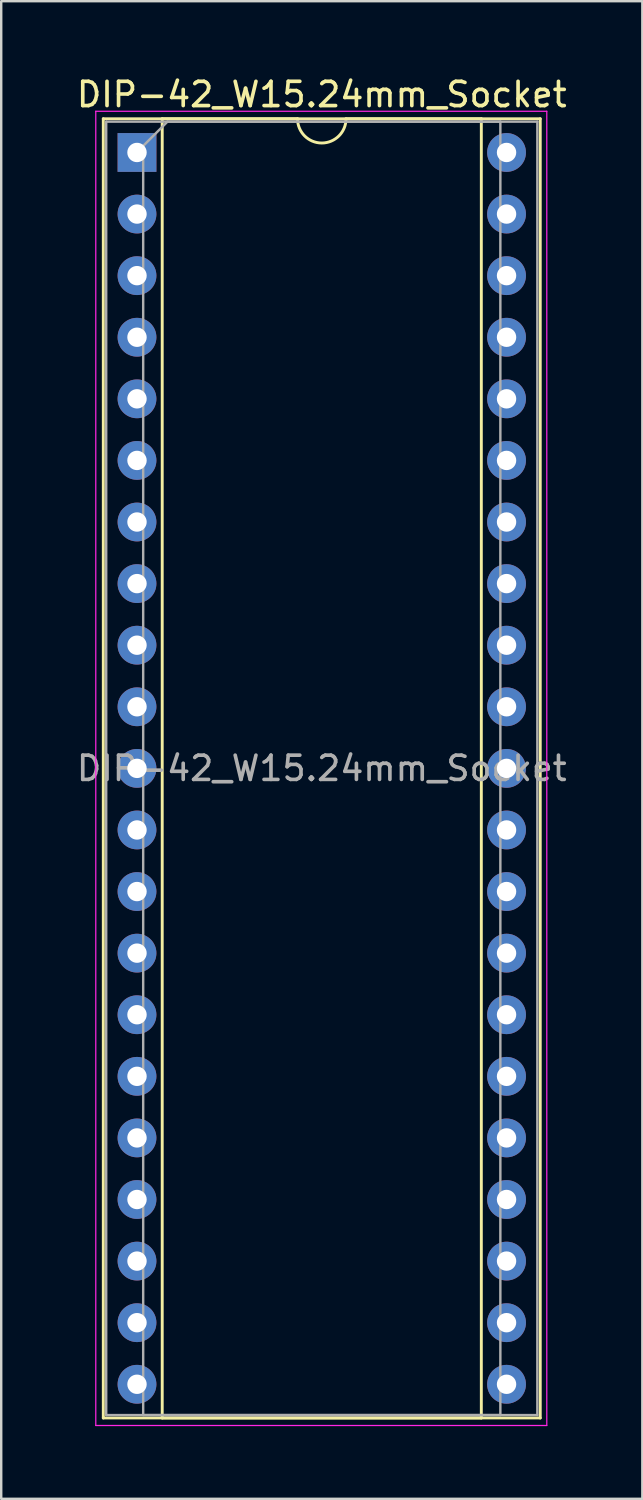
<source format=kicad_pcb>
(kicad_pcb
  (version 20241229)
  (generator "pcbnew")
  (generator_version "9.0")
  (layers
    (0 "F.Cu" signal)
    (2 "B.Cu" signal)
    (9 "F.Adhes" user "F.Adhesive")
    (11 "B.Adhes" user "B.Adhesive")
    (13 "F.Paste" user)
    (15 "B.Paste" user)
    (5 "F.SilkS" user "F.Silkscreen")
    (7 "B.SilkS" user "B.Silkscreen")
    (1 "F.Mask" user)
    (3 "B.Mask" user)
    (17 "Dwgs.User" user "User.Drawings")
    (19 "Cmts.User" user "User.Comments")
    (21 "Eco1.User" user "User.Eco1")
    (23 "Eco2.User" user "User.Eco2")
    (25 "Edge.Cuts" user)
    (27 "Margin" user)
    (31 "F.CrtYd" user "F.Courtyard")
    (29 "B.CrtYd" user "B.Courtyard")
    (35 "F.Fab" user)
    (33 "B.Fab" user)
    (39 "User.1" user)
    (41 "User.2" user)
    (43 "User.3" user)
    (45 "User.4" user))
  (footprint "DIP-42_W15.24mm_Socket"
    (layer "F.Cu")
    (at 2.6 3.238)
    (property "Reference" "DIP-42_W15.24mm_Socket" (at 7.62 -2.39 0) (layer "F.SilkS") (effects (font (size 1 1) (thickness 0.15))))
    (attr through_hole)
    (fp_line (start -1.39 -1.39) (end -1.39 52.19) (stroke (width 0.12) (type solid)) (layer "F.SilkS"))
    (fp_line (start -1.39 52.19) (end 16.63 52.19) (stroke (width 0.12) (type solid)) (layer "F.SilkS"))
    (fp_line (start 1.04 -1.39) (end 1.04 52.19) (stroke (width 0.12) (type solid)) (layer "F.SilkS"))
    (fp_line (start 1.04 52.19) (end 14.2 52.19) (stroke (width 0.12) (type solid)) (layer "F.SilkS"))
    (fp_line (start 6.62 -1.39) (end 1.04 -1.39) (stroke (width 0.12) (type solid)) (layer "F.SilkS"))
    (fp_line (start 14.2 -1.39) (end 8.62 -1.39) (stroke (width 0.12) (type solid)) (layer "F.SilkS"))
    (fp_line (start 14.2 52.19) (end 14.2 -1.39) (stroke (width 0.12) (type solid)) (layer "F.SilkS"))
    (fp_line (start 16.63 -1.39) (end -1.39 -1.39) (stroke (width 0.12) (type solid)) (layer "F.SilkS"))
    (fp_line (start 16.63 52.19) (end 16.63 -1.39) (stroke (width 0.12) (type solid)) (layer "F.SilkS"))
    (fp_arc (start 8.62 -1.39) (mid 7.62 -0.39) (end 6.62 -1.39) (stroke (width 0.12) (type solid)) (layer "F.SilkS"))
    (fp_line (start -1.7 -1.7) (end -1.7 52.5) (stroke (width 0.05) (type solid)) (layer "F.CrtYd"))
    (fp_line (start -1.7 52.5) (end 16.9 52.5) (stroke (width 0.05) (type solid)) (layer "F.CrtYd"))
    (fp_line (start 16.9 -1.7) (end -1.7 -1.7) (stroke (width 0.05) (type solid)) (layer "F.CrtYd"))
    (fp_line (start 16.9 52.5) (end 16.9 -1.7) (stroke (width 0.05) (type solid)) (layer "F.CrtYd"))
    (fp_line (start -1.27 -1.27) (end -1.27 52.07) (stroke (width 0.1) (type solid)) (layer "F.Fab"))
    (fp_line (start -1.27 52.07) (end 16.51 52.07) (stroke (width 0.1) (type solid)) (layer "F.Fab"))
    (fp_line (start 0.255 -0.27) (end 1.255 -1.27) (stroke (width 0.1) (type solid)) (layer "F.Fab"))
    (fp_line (start 0.255 52.07) (end 0.255 -0.27) (stroke (width 0.1) (type solid)) (layer "F.Fab"))
    (fp_line (start 1.255 -1.27) (end 14.985 -1.27) (stroke (width 0.1) (type solid)) (layer "F.Fab"))
    (fp_line (start 14.985 -1.27) (end 14.985 52.07) (stroke (width 0.1) (type solid)) (layer "F.Fab"))
    (fp_line (start 14.985 52.07) (end 0.255 52.07) (stroke (width 0.1) (type solid)) (layer "F.Fab"))
    (fp_line (start 16.51 -1.27) (end -1.27 -1.27) (stroke (width 0.1) (type solid)) (layer "F.Fab"))
    (fp_line (start 16.51 52.07) (end 16.51 -1.27) (stroke (width 0.1) (type solid)) (layer "F.Fab"))
    (fp_text user "${REFERENCE}" (at 7.62 25.4 0) (layer "F.Fab") (effects (font (size 1 1) (thickness 0.15))))
    (pad "1" thru_hole rect (at 0 0) (size 1.6 1.6) (drill 0.8) (layers "*.Cu" "*.Mask"))
    (pad "2" thru_hole oval (at 0 2.54) (size 1.6 1.6) (drill 0.8) (layers "*.Cu" "*.Mask"))
    (pad "3" thru_hole oval (at 0 5.08) (size 1.6 1.6) (drill 0.8) (layers "*.Cu" "*.Mask"))
    (pad "4" thru_hole oval (at 0 7.62) (size 1.6 1.6) (drill 0.8) (layers "*.Cu" "*.Mask"))
    (pad "5" thru_hole oval (at 0 10.16) (size 1.6 1.6) (drill 0.8) (layers "*.Cu" "*.Mask"))
    (pad "6" thru_hole oval (at 0 12.7) (size 1.6 1.6) (drill 0.8) (layers "*.Cu" "*.Mask"))
    (pad "7" thru_hole oval (at 0 15.24) (size 1.6 1.6) (drill 0.8) (layers "*.Cu" "*.Mask"))
    (pad "8" thru_hole oval (at 0 17.78) (size 1.6 1.6) (drill 0.8) (layers "*.Cu" "*.Mask"))
    (pad "9" thru_hole oval (at 0 20.32) (size 1.6 1.6) (drill 0.8) (layers "*.Cu" "*.Mask"))
    (pad "10" thru_hole oval (at 0 22.86) (size 1.6 1.6) (drill 0.8) (layers "*.Cu" "*.Mask"))
    (pad "11" thru_hole oval (at 0 25.4) (size 1.6 1.6) (drill 0.8) (layers "*.Cu" "*.Mask"))
    (pad "12" thru_hole oval (at 0 27.94) (size 1.6 1.6) (drill 0.8) (layers "*.Cu" "*.Mask"))
    (pad "13" thru_hole oval (at 0 30.48) (size 1.6 1.6) (drill 0.8) (layers "*.Cu" "*.Mask"))
    (pad "14" thru_hole oval (at 0 33.02) (size 1.6 1.6) (drill 0.8) (layers "*.Cu" "*.Mask"))
    (pad "15" thru_hole oval (at 0 35.56) (size 1.6 1.6) (drill 0.8) (layers "*.Cu" "*.Mask"))
    (pad "16" thru_hole oval (at 0 38.1) (size 1.6 1.6) (drill 0.8) (layers "*.Cu" "*.Mask"))
    (pad "17" thru_hole oval (at 0 40.64) (size 1.6 1.6) (drill 0.8) (layers "*.Cu" "*.Mask"))
    (pad "18" thru_hole oval (at 0 43.18) (size 1.6 1.6) (drill 0.8) (layers "*.Cu" "*.Mask"))
    (pad "19" thru_hole oval (at 0 45.72) (size 1.6 1.6) (drill 0.8) (layers "*.Cu" "*.Mask"))
    (pad "20" thru_hole oval (at 0 48.26) (size 1.6 1.6) (drill 0.8) (layers "*.Cu" "*.Mask"))
    (pad "21" thru_hole oval (at 0 50.8) (size 1.6 1.6) (drill 0.8) (layers "*.Cu" "*.Mask"))
    (pad "22" thru_hole oval (at 15.24 50.8) (size 1.6 1.6) (drill 0.8) (layers "*.Cu" "*.Mask"))
    (pad "23" thru_hole oval (at 15.24 48.26) (size 1.6 1.6) (drill 0.8) (layers "*.Cu" "*.Mask"))
    (pad "24" thru_hole oval (at 15.24 45.72) (size 1.6 1.6) (drill 0.8) (layers "*.Cu" "*.Mask"))
    (pad "25" thru_hole oval (at 15.24 43.18) (size 1.6 1.6) (drill 0.8) (layers "*.Cu" "*.Mask"))
    (pad "26" thru_hole oval (at 15.24 40.64) (size 1.6 1.6) (drill 0.8) (layers "*.Cu" "*.Mask"))
    (pad "27" thru_hole oval (at 15.24 38.1) (size 1.6 1.6) (drill 0.8) (layers "*.Cu" "*.Mask"))
    (pad "28" thru_hole oval (at 15.24 35.56) (size 1.6 1.6) (drill 0.8) (layers "*.Cu" "*.Mask"))
    (pad "29" thru_hole oval (at 15.24 33.02) (size 1.6 1.6) (drill 0.8) (layers "*.Cu" "*.Mask"))
    (pad "30" thru_hole oval (at 15.24 30.48) (size 1.6 1.6) (drill 0.8) (layers "*.Cu" "*.Mask"))
    (pad "31" thru_hole oval (at 15.24 27.94) (size 1.6 1.6) (drill 0.8) (layers "*.Cu" "*.Mask"))
    (pad "32" thru_hole oval (at 15.24 25.4) (size 1.6 1.6) (drill 0.8) (layers "*.Cu" "*.Mask"))
    (pad "33" thru_hole oval (at 15.24 22.86) (size 1.6 1.6) (drill 0.8) (layers "*.Cu" "*.Mask"))
    (pad "34" thru_hole oval (at 15.24 20.32) (size 1.6 1.6) (drill 0.8) (layers "*.Cu" "*.Mask"))
    (pad "35" thru_hole oval (at 15.24 17.78) (size 1.6 1.6) (drill 0.8) (layers "*.Cu" "*.Mask"))
    (pad "36" thru_hole oval (at 15.24 15.24) (size 1.6 1.6) (drill 0.8) (layers "*.Cu" "*.Mask"))
    (pad "37" thru_hole oval (at 15.24 12.7) (size 1.6 1.6) (drill 0.8) (layers "*.Cu" "*.Mask"))
    (pad "38" thru_hole oval (at 15.24 10.16) (size 1.6 1.6) (drill 0.8) (layers "*.Cu" "*.Mask"))
    (pad "39" thru_hole oval (at 15.24 7.62) (size 1.6 1.6) (drill 0.8) (layers "*.Cu" "*.Mask"))
    (pad "40" thru_hole oval (at 15.24 5.08) (size 1.6 1.6) (drill 0.8) (layers "*.Cu" "*.Mask"))
    (pad "41" thru_hole oval (at 15.24 2.54) (size 1.6 1.6) (drill 0.8) (layers "*.Cu" "*.Mask"))
    (pad "42" thru_hole oval (at 15.24 0) (size 1.6 1.6) (drill 0.8) (layers "*.Cu" "*.Mask")))
  (gr_rect
    (start -3 -3)
    (end 23.44 58.763)
    (stroke (width 0.1) (type default))
    (fill no)
    (layer "Edge.Cuts")))
</source>
